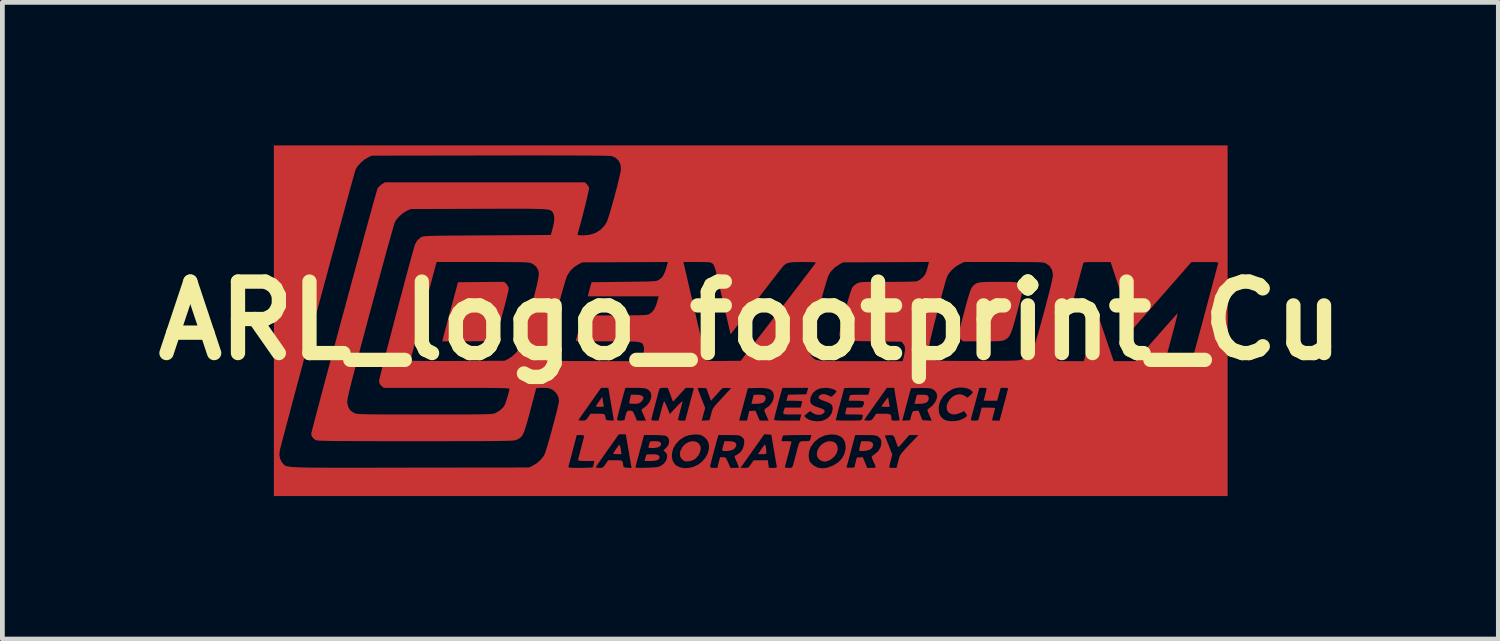
<source format=kicad_pcb>
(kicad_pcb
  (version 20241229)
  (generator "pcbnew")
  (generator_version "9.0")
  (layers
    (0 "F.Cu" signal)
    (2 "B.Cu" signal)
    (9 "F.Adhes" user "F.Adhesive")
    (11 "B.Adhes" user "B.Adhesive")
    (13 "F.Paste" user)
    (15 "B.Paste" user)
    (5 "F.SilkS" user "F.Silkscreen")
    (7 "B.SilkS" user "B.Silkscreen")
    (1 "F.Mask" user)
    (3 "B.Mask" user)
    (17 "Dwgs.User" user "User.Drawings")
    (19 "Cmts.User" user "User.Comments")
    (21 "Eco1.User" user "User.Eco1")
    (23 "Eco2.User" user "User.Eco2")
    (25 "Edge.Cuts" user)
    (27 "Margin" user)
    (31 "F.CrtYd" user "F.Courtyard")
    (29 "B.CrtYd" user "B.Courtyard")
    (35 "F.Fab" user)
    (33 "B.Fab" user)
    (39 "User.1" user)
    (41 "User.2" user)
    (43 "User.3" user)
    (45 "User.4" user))
  (footprint "ARL_logo_footprint_Cu"
    (layer "F.Cu")
    (at 12.693 3.679)
    (property "Reference" "ARL_logo_footprint_Cu" (at 0 0 0) (layer "F.SilkS") (effects (font (size 1.5 1.5) (thickness 0.3))))
    (attr board_only exclude_from_pos_files exclude_from_bom)
    (fp_poly (pts (xy -1.991 2.804) (xy -1.936 2.817) (xy -1.908 2.842) (xy -1.903 2.863) (xy -1.916 2.9) (xy -1.956 2.926) (xy -2.023 2.94) (xy -2.098 2.943) (xy -2.221 2.943) (xy -2.202 2.875) (xy -2.182 2.807) (xy -2.075 2.802)) (stroke (width 0) (type solid)) (fill yes) (layer "F.Cu"))
    (fp_poly (pts (xy 0.246 1.555) (xy 0.29 1.567) (xy 0.313 1.59) (xy 0.32 1.629) (xy 0.32 1.634) (xy 0.306 1.684) (xy 0.264 1.72) (xy 0.195 1.739) (xy 0.128 1.743) (xy 0.021 1.743) (xy 0.046 1.647) (xy 0.071 1.552) (xy 0.176 1.552)) (stroke (width 0) (type solid)) (fill yes) (layer "F.Cu"))
    (fp_poly (pts (xy 3.669 1.555) (xy 3.713 1.567) (xy 3.736 1.59) (xy 3.743 1.628) (xy 3.743 1.634) (xy 3.729 1.684) (xy 3.687 1.72) (xy 3.618 1.739) (xy 3.55 1.743) (xy 3.442 1.743) (xy 3.468 1.647) (xy 3.494 1.552) (xy 3.599 1.552)) (stroke (width 0) (type solid)) (fill yes) (layer "F.Cu"))
    (fp_poly (pts (xy -2.741 2.609) (xy -2.73 2.637) (xy -2.72 2.693) (xy -2.714 2.731) (xy -2.703 2.799) (xy -2.791 2.799) (xy -2.839 2.798) (xy -2.871 2.794) (xy -2.879 2.79) (xy -2.871 2.774) (xy -2.849 2.738) (xy -2.817 2.69) (xy -2.812 2.683) (xy -2.778 2.634) (xy -2.756 2.609)) (stroke (width 0) (type solid)) (fill yes) (layer "F.Cu"))
    (fp_poly (pts (xy 0.313 2.609) (xy 0.323 2.641) (xy 0.331 2.688) (xy 0.335 2.742) (xy 0.336 2.755) (xy 0.334 2.78) (xy 0.323 2.793) (xy 0.296 2.798) (xy 0.247 2.799) (xy 0.159 2.799) (xy 0.223 2.704) (xy 0.257 2.656) (xy 0.285 2.619) (xy 0.301 2.601) (xy 0.302 2.6)) (stroke (width 0) (type solid)) (fill yes) (layer "F.Cu"))
    (fp_poly (pts (xy 2.895 1.632) (xy 2.902 1.675) (xy 2.908 1.715) (xy 2.922 1.807) (xy 2.837 1.807) (xy 2.789 1.806) (xy 2.758 1.802) (xy 2.751 1.799) (xy 2.759 1.781) (xy 2.781 1.748) (xy 2.809 1.707) (xy 2.84 1.666) (xy 2.867 1.632) (xy 2.886 1.612) (xy 2.89 1.611)) (stroke (width 0) (type solid)) (fill yes) (layer "F.Cu"))
    (fp_poly (pts (xy -3.095 1.673) (xy -3.087 1.725) (xy -3.079 1.767) (xy -3.077 1.779) (xy -3.076 1.795) (xy -3.091 1.804) (xy -3.127 1.807) (xy -3.158 1.807) (xy -3.209 1.806) (xy -3.233 1.802) (xy -3.238 1.791) (xy -3.233 1.779) (xy -3.215 1.751) (xy -3.186 1.709) (xy -3.162 1.673) (xy -3.106 1.595)) (stroke (width 0) (type solid)) (fill yes) (layer "F.Cu"))
    (fp_poly (pts (xy 2.495 2.531) (xy 2.543 2.545) (xy 2.569 2.571) (xy 2.575 2.605) (xy 2.561 2.659) (xy 2.519 2.699) (xy 2.449 2.723) (xy 2.396 2.731) (xy 2.342 2.733) (xy 2.302 2.732) (xy 2.285 2.728) (xy 2.284 2.708) (xy 2.29 2.667) (xy 2.301 2.622) (xy 2.326 2.527) (xy 2.42 2.527)) (stroke (width 0) (type solid)) (fill yes) (layer "F.Cu"))
    (fp_poly (pts (xy -0.369 2.534) (xy -0.318 2.555) (xy -0.295 2.59) (xy -0.299 2.632) (xy -0.328 2.678) (xy -0.369 2.707) (xy -0.413 2.723) (xy -0.466 2.732) (xy -0.518 2.735) (xy -0.562 2.732) (xy -0.588 2.722) (xy -0.592 2.714) (xy -0.587 2.688) (xy -0.576 2.643) (xy -0.567 2.61) (xy -0.543 2.527) (xy -0.449 2.527)) (stroke (width 0) (type solid)) (fill yes) (layer "F.Cu"))
    (fp_poly (pts (xy -2.319 1.558) (xy -2.267 1.578) (xy -2.244 1.608) (xy -2.249 1.648) (xy -2.285 1.696) (xy -2.297 1.707) (xy -2.327 1.728) (xy -2.363 1.739) (xy -2.417 1.743) (xy -2.44 1.743) (xy -2.493 1.741) (xy -2.53 1.736) (xy -2.543 1.729) (xy -2.54 1.706) (xy -2.531 1.663) (xy -2.524 1.633) (xy -2.506 1.552) (xy -2.398 1.552)) (stroke (width 0) (type solid)) (fill yes) (layer "F.Cu"))
    (fp_poly (pts (xy -1.936 2.532) (xy -1.892 2.548) (xy -1.873 2.576) (xy -1.874 2.602) (xy -1.896 2.635) (xy -1.946 2.658) (xy -2.019 2.67) (xy -2.052 2.671) (xy -2.105 2.67) (xy -2.131 2.665) (xy -2.139 2.654) (xy -2.137 2.643) (xy -2.127 2.606) (xy -2.118 2.571) (xy -2.111 2.547) (xy -2.097 2.534) (xy -2.068 2.528) (xy -2.017 2.527) (xy -2.008 2.527)) (stroke (width 0) (type solid)) (fill yes) (layer "F.Cu"))
    (fp_poly (pts (xy -1.131 2.541) (xy -1.079 2.579) (xy -1.047 2.635) (xy -1.04 2.681) (xy -1.053 2.748) (xy -1.087 2.819) (xy -1.136 2.88) (xy -1.172 2.909) (xy -1.231 2.936) (xy -1.297 2.95) (xy -1.356 2.952) (xy -1.384 2.945) (xy -1.44 2.905) (xy -1.473 2.847) (xy -1.479 2.778) (xy -1.47 2.739) (xy -1.427 2.649) (xy -1.364 2.582) (xy -1.286 2.541) (xy -1.199 2.527)) (stroke (width 0) (type solid)) (fill yes) (layer "F.Cu"))
    (fp_poly (pts (xy 1.743 2.539) (xy 1.792 2.571) (xy 1.822 2.618) (xy 1.833 2.675) (xy 1.825 2.738) (xy 1.798 2.802) (xy 1.752 2.861) (xy 1.689 2.911) (xy 1.655 2.929) (xy 1.593 2.952) (xy 1.543 2.956) (xy 1.491 2.94) (xy 1.477 2.933) (xy 1.426 2.894) (xy 1.399 2.841) (xy 1.394 2.781) (xy 1.409 2.718) (xy 1.441 2.657) (xy 1.489 2.602) (xy 1.548 2.56) (xy 1.618 2.533) (xy 1.673 2.527)) (stroke (width 0) (type solid)) (fill yes) (layer "F.Cu"))
    (fp_poly (pts (xy -5.117 -0.769) (xy -5.079 -0.714) (xy -5.07 -0.674) (xy -5.074 -0.645) (xy -5.086 -0.59) (xy -5.104 -0.515) (xy -5.126 -0.423) (xy -5.153 -0.32) (xy -5.173 -0.245) (xy -5.202 -0.135) (xy -5.23 -0.032) (xy -5.255 0.059) (xy -5.274 0.133) (xy -5.288 0.185) (xy -5.294 0.204) (xy -5.325 0.276) (xy -5.375 0.342) (xy -5.435 0.394) (xy -5.466 0.41) (xy -5.489 0.417) (xy -5.528 0.422) (xy -5.584 0.426) (xy -5.661 0.429) (xy -5.761 0.431) (xy -5.889 0.432) (xy -5.991 0.432) (xy -6.465 0.432) (xy -6.454 0.388) (xy -6.448 0.363) (xy -6.434 0.31) (xy -6.414 0.235) (xy -6.389 0.139) (xy -6.359 0.028) (xy -6.326 -0.095) (xy -6.29 -0.227) (xy -6.289 -0.232) (xy -6.134 -0.808) (xy -5.649 -0.812) (xy -5.164 -0.816)) (stroke (width 0) (type solid)) (fill yes) (layer "F.Cu"))
    (fp_poly (pts (xy 5.464 -0.815) (xy 5.554 -0.81) (xy 5.622 -0.798) (xy 5.669 -0.776) (xy 5.698 -0.741) (xy 5.709 -0.69) (xy 5.705 -0.621) (xy 5.688 -0.53) (xy 5.66 -0.415) (xy 5.622 -0.273) (xy 5.605 -0.21) (xy 5.565 -0.062) (xy 5.532 0.057) (xy 5.503 0.152) (xy 5.478 0.226) (xy 5.454 0.282) (xy 5.431 0.324) (xy 5.406 0.355) (xy 5.379 0.378) (xy 5.348 0.397) (xy 5.343 0.4) (xy 5.321 0.409) (xy 5.298 0.417) (xy 5.268 0.423) (xy 5.228 0.427) (xy 5.172 0.429) (xy 5.098 0.431) (xy 5.001 0.432) (xy 4.875 0.432) (xy 4.87 0.432) (xy 4.46 0.432) (xy 4.413 0.385) (xy 4.383 0.346) (xy 4.367 0.309) (xy 4.366 0.301) (xy 4.37 0.277) (xy 4.382 0.226) (xy 4.399 0.152) (xy 4.422 0.06) (xy 4.449 -0.046) (xy 4.48 -0.162) (xy 4.49 -0.199) (xy 4.526 -0.335) (xy 4.556 -0.443) (xy 4.581 -0.528) (xy 4.601 -0.592) (xy 4.618 -0.639) (xy 4.633 -0.674) (xy 4.648 -0.699) (xy 4.662 -0.718) (xy 4.688 -0.746) (xy 4.715 -0.769) (xy 4.745 -0.786) (xy 4.784 -0.798) (xy 4.835 -0.806) (xy 4.903 -0.812) (xy 4.991 -0.814) (xy 5.104 -0.816) (xy 5.207 -0.816) (xy 5.348 -0.816)) (stroke (width 0) (type solid)) (fill yes) (layer "F.Cu"))
    (pad "1" smd custom (at 8.382 -2.54) (size 1.524 1.524) (layers "F.Cu" "F.Mask" "F.Paste") (options (anchor rect)) (primitives (gr_poly (pts (xy 1.631 2.54) (xy 1.631 6.219) (xy -8.374 6.219) (xy -18.379 6.219) (xy -18.379 5.347) (xy -18.264 5.347) (xy -18.249 5.437) (xy -18.208 5.513) (xy -18.198 5.525) (xy -18.186 5.538) (xy -18.176 5.55) (xy -18.166 5.561) (xy -18.155 5.571) (xy -18.141 5.58) (xy -18.122 5.587) (xy -18.097 5.594) (xy -18.065 5.6) (xy -18.024 5.605) (xy -17.972 5.61) (xy -17.908 5.613) (xy -17.831 5.616) (xy -17.739 5.619) (xy -17.631 5.621) (xy -17.505 5.622) (xy -17.359 5.623) (xy -17.192 5.624) (xy -17.003 5.624) (xy -16.79 5.624) (xy -16.552 5.624) (xy -16.287 5.624) (xy -15.993 5.623) (xy -15.67 5.623) (xy -15.524 5.622) (xy -13.029 5.619) (xy -13.008 5.61) (xy -12.2 5.61) (xy -12.192 5.617) (xy -12.172 5.622) (xy -12.135 5.625) (xy -12.076 5.627) (xy -11.991 5.627) (xy -11.951 5.627) (xy -11.864 5.626) (xy -11.788 5.624) (xy -11.73 5.621) (xy -11.695 5.618) (xy -11.687 5.615) (xy -11.687 5.614) (xy -11.626 5.614) (xy -11.615 5.621) (xy -11.581 5.626) (xy -11.553 5.627) (xy -11.508 5.626) (xy -11.479 5.617) (xy -11.454 5.595) (xy -11.424 5.553) (xy -11.42 5.547) (xy -11.365 5.467) (xy -11.217 5.467) (xy -11.146 5.467) (xy -11.1 5.471) (xy -11.074 5.482) (xy -11.06 5.505) (xy -11.054 5.544) (xy -11.05 5.579) (xy -11.044 5.602) (xy -11.028 5.615) (xy -10.994 5.621) (xy -10.959 5.624) (xy -10.873 5.629) (xy -10.877 5.609) (xy -10.794 5.609) (xy -10.792 5.617) (xy -10.777 5.623) (xy -10.743 5.626) (xy -10.688 5.627) (xy -10.606 5.625) (xy -10.564 5.624) (xy -10.467 5.621) (xy -10.396 5.617) (xy -10.345 5.611) (xy -10.307 5.603) (xy -10.275 5.591) (xy -10.26 5.583) (xy -10.189 5.532) (xy -10.145 5.464) (xy -10.13 5.402) (xy -10.13 5.4) (xy -10.029 5.4) (xy -10.01 5.48) (xy -9.969 5.547) (xy -9.935 5.578) (xy -9.85 5.619) (xy -9.75 5.634) (xy -9.637 5.622) (xy -9.589 5.609) (xy -9.23 5.609) (xy -9.215 5.62) (xy -9.176 5.626) (xy -9.153 5.627) (xy -9.076 5.627) (xy -9.047 5.515) (xy -9.018 5.403) (xy -8.958 5.403) (xy -8.928 5.404) (xy -8.906 5.412) (xy -8.888 5.433) (xy -8.868 5.473) (xy -8.849 5.515) (xy -8.8 5.627) (xy -8.711 5.627) (xy -8.589 5.627) (xy -8.505 5.627) (xy -8.458 5.626) (xy -8.428 5.618) (xy -8.404 5.597) (xy -8.374 5.557) (xy -8.368 5.547) (xy -8.313 5.467) (xy -8.164 5.467) (xy -8.015 5.467) (xy -8.005 5.547) (xy -7.994 5.627) (xy -7.908 5.627) (xy -7.859 5.626) (xy -7.835 5.621) (xy -7.828 5.608) (xy -7.831 5.583) (xy -7.836 5.554) (xy -7.846 5.499) (xy -7.859 5.424) (xy -7.874 5.335) (xy -7.891 5.237) (xy -7.891 5.235) (xy -7.92 5.067) (xy -7.729 5.067) (xy -7.624 5.067) (xy -7.57 5.069) (xy -7.532 5.072) (xy -7.518 5.077) (xy -7.522 5.094) (xy -7.533 5.136) (xy -7.548 5.196) (xy -7.567 5.268) (xy -7.588 5.347) (xy -7.609 5.425) (xy -7.628 5.497) (xy -7.644 5.556) (xy -7.655 5.595) (xy -7.656 5.599) (xy -7.657 5.616) (xy -7.641 5.624) (xy -7.602 5.627) (xy -7.585 5.627) (xy -7.537 5.626) (xy -7.511 5.618) (xy -7.496 5.598) (xy -7.488 5.575) (xy -7.478 5.539) (xy -7.462 5.481) (xy -7.443 5.408) (xy -7.427 5.349) (xy -7.158 5.349) (xy -7.155 5.426) (xy -7.137 5.489) (xy -7.125 5.509) (xy -7.055 5.579) (xy -6.97 5.622) (xy -6.872 5.636) (xy -6.764 5.622) (xy -6.727 5.608) (xy -6.363 5.608) (xy -6.36 5.62) (xy -6.335 5.625) (xy -6.285 5.624) (xy -6.2 5.619) (xy -6.175 5.515) (xy -6.149 5.411) (xy -6.086 5.407) (xy -6.023 5.402) (xy -5.977 5.514) (xy -5.931 5.627) (xy -5.837 5.627) (xy -5.792 5.627) (xy -5.765 5.624) (xy -5.755 5.611) (xy -5.76 5.584) (xy -5.78 5.537) (xy -5.805 5.483) (xy -5.824 5.438) (xy -5.836 5.404) (xy -5.838 5.395) (xy -5.825 5.378) (xy -5.794 5.353) (xy -5.773 5.339) (xy -5.7 5.277) (xy -5.653 5.197) (xy -5.638 5.143) (xy -5.634 5.069) (xy -5.653 5.013) (xy -5.698 4.972) (xy -5.699 4.971) (xy -5.725 4.958) (xy -5.755 4.949) (xy -5.767 4.947) (xy -5.562 4.947) (xy -5.483 5.147) (xy -5.405 5.347) (xy -5.438 5.478) (xy -5.453 5.539) (xy -5.464 5.587) (xy -5.47 5.615) (xy -5.471 5.618) (xy -5.457 5.623) (xy -5.42 5.627) (xy -5.393 5.627) (xy -5.316 5.627) (xy -5.279 5.487) (xy -5.268 5.445) (xy -5.259 5.412) (xy -5.248 5.382) (xy -5.233 5.354) (xy -5.211 5.322) (xy -5.18 5.284) (xy -5.137 5.236) (xy -5.08 5.174) (xy -5.005 5.096) (xy -4.936 5.023) (xy -4.856 4.939) (xy -4.953 4.939) (xy -5.049 4.939) (xy -5.16 5.067) (xy -5.206 5.12) (xy -5.245 5.162) (xy -5.271 5.188) (xy -5.28 5.195) (xy -5.289 5.181) (xy -5.304 5.144) (xy -5.322 5.092) (xy -5.324 5.087) (xy -5.347 5.019) (xy -5.365 4.975) (xy -5.385 4.951) (xy -5.411 4.942) (xy -5.449 4.941) (xy -5.474 4.942) (xy -5.562 4.947) (xy -5.767 4.947) (xy -5.796 4.943) (xy -5.854 4.94) (xy -5.936 4.939) (xy -5.967 4.939) (xy -6.183 4.939) (xy -6.269 5.263) (xy -6.295 5.361) (xy -6.319 5.449) (xy -6.339 5.522) (xy -6.354 5.576) (xy -6.362 5.605) (xy -6.363 5.608) (xy -6.727 5.608) (xy -6.647 5.579) (xy -6.643 5.577) (xy -6.54 5.512) (xy -6.461 5.429) (xy -6.408 5.331) (xy -6.384 5.221) (xy -6.383 5.186) (xy -6.395 5.092) (xy -6.433 5.018) (xy -6.494 4.965) (xy -6.577 4.934) (xy -6.682 4.925) (xy -6.699 4.926) (xy -6.823 4.948) (xy -6.935 4.999) (xy -7.031 5.075) (xy -7.106 5.173) (xy -7.12 5.198) (xy -7.146 5.27) (xy -7.158 5.349) (xy -7.427 5.349) (xy -7.423 5.331) (xy -7.398 5.235) (xy -7.379 5.166) (xy -7.363 5.119) (xy -7.346 5.089) (xy -7.327 5.074) (xy -7.301 5.068) (xy -7.266 5.067) (xy -7.24 5.067) (xy -7.182 5.066) (xy -7.148 5.06) (xy -7.132 5.048) (xy -7.129 5.039) (xy -7.118 5.001) (xy -7.111 4.975) (xy -7.1 4.939) (xy -7.396 4.939) (xy -7.49 4.94) (xy -7.573 4.942) (xy -7.638 4.944) (xy -7.682 4.948) (xy -7.699 4.951) (xy -7.707 4.974) (xy -7.717 5.013) (xy -7.718 5.015) (xy -7.729 5.067) (xy -7.92 5.067) (xy -7.943 4.931) (xy -8.016 4.926) (xy -8.089 4.922) (xy -8.339 5.274) (xy -8.589 5.627) (xy -8.711 5.627) (xy -8.662 5.626) (xy -8.63 5.622) (xy -8.622 5.618) (xy -8.628 5.6) (xy -8.644 5.56) (xy -8.666 5.507) (xy -8.671 5.496) (xy -8.694 5.443) (xy -8.71 5.402) (xy -8.715 5.381) (xy -8.715 5.38) (xy -8.699 5.37) (xy -8.665 5.353) (xy -8.659 5.349) (xy -8.587 5.296) (xy -8.539 5.221) (xy -8.514 5.13) (xy -8.513 5.116) (xy -8.511 5.063) (xy -8.515 5.03) (xy -8.531 5.006) (xy -8.557 4.982) (xy -8.579 4.965) (xy -8.6 4.953) (xy -8.626 4.946) (xy -8.664 4.942) (xy -8.72 4.94) (xy -8.8 4.939) (xy -8.831 4.939) (xy -9.053 4.939) (xy -9.077 5.023) (xy -9.099 5.104) (xy -9.123 5.194) (xy -9.148 5.286) (xy -9.172 5.377) (xy -9.194 5.46) (xy -9.211 5.529) (xy -9.224 5.58) (xy -9.229 5.607) (xy -9.23 5.609) (xy -9.589 5.609) (xy -9.582 5.607) (xy -9.483 5.563) (xy -9.397 5.497) (xy -9.326 5.415) (xy -9.276 5.322) (xy -9.251 5.225) (xy -9.25 5.152) (xy -9.271 5.072) (xy -9.317 5.008) (xy -9.383 4.958) (xy -9.421 4.939) (xy -9.46 4.929) (xy -9.509 4.926) (xy -9.566 4.928) (xy -9.672 4.942) (xy -9.762 4.974) (xy -9.847 5.029) (xy -9.889 5.064) (xy -9.955 5.139) (xy -10.001 5.224) (xy -10.025 5.313) (xy -10.029 5.4) (xy -10.13 5.4) (xy -10.129 5.355) (xy -10.145 5.32) (xy -10.164 5.299) (xy -10.206 5.257) (xy -10.159 5.218) (xy -10.113 5.165) (xy -10.089 5.105) (xy -10.087 5.046) (xy -10.106 4.995) (xy -10.148 4.959) (xy -10.151 4.957) (xy -10.184 4.95) (xy -10.242 4.944) (xy -10.32 4.94) (xy -10.402 4.939) (xy -10.613 4.939) (xy -10.7 5.263) (xy -10.726 5.361) (xy -10.75 5.449) (xy -10.77 5.523) (xy -10.784 5.577) (xy -10.793 5.606) (xy -10.794 5.609) (xy -10.877 5.609) (xy -10.882 5.584) (xy -10.887 5.554) (xy -10.897 5.499) (xy -10.91 5.424) (xy -10.925 5.334) (xy -10.942 5.236) (xy -10.943 5.231) (xy -10.995 4.923) (xy -11.069 4.923) (xy -11.142 4.923) (xy -11.382 5.262) (xy -11.446 5.354) (xy -11.505 5.437) (xy -11.555 5.508) (xy -11.593 5.564) (xy -11.618 5.6) (xy -11.626 5.614) (xy -11.687 5.614) (xy -11.68 5.592) (xy -11.67 5.552) (xy -11.669 5.543) (xy -11.657 5.483) (xy -11.827 5.483) (xy -11.908 5.482) (xy -11.961 5.478) (xy -11.989 5.472) (xy -11.997 5.463) (xy -11.993 5.441) (xy -11.982 5.395) (xy -11.965 5.329) (xy -11.944 5.25) (xy -11.933 5.206) (xy -11.911 5.123) (xy -11.892 5.051) (xy -11.878 4.995) (xy -11.87 4.961) (xy -11.869 4.954) (xy -11.883 4.946) (xy -11.92 4.94) (xy -11.946 4.939) (xy -12.024 4.939) (xy -12.107 5.255) (xy -12.133 5.352) (xy -12.156 5.44) (xy -12.176 5.514) (xy -12.19 5.568) (xy -12.198 5.597) (xy -12.199 5.599) (xy -12.2 5.61) (xy -13.008 5.61) (xy -12.955 5.585) (xy -12.866 5.532) (xy -12.784 5.46) (xy -12.719 5.38) (xy -12.709 5.364) (xy -12.695 5.333) (xy -12.675 5.275) (xy -12.65 5.195) (xy -12.622 5.098) (xy -12.59 4.989) (xy -12.557 4.872) (xy -12.525 4.751) (xy -12.493 4.632) (xy -12.492 4.627) (xy -11.987 4.627) (xy -11.967 4.634) (xy -11.919 4.635) (xy -11.919 4.635) (xy -11.87 4.634) (xy -11.839 4.624) (xy -11.813 4.601) (xy -11.786 4.563) (xy -11.735 4.491) (xy -11.586 4.491) (xy -11.516 4.492) (xy -11.47 4.495) (xy -11.444 4.504) (xy -11.43 4.525) (xy -11.423 4.561) (xy -11.418 4.595) (xy -11.409 4.615) (xy -11.387 4.626) (xy -11.343 4.631) (xy -11.327 4.632) (xy -11.278 4.634) (xy -11.253 4.631) (xy -11.247 4.619) (xy -11.247 4.616) (xy -11.181 4.616) (xy -11.166 4.629) (xy -11.122 4.635) (xy -11.101 4.635) (xy -11.052 4.632) (xy -11.025 4.623) (xy -11.021 4.618) (xy -11.017 4.594) (xy -11.006 4.55) (xy -10.996 4.514) (xy -10.981 4.465) (xy -10.967 4.439) (xy -10.946 4.429) (xy -10.912 4.427) (xy -10.91 4.427) (xy -10.877 4.429) (xy -10.856 4.437) (xy -10.838 4.459) (xy -10.818 4.5) (xy -10.805 4.531) (xy -10.76 4.635) (xy -10.667 4.635) (xy -10.573 4.635) (xy -10.579 4.62) (xy -10.461 4.62) (xy -10.447 4.629) (xy -10.41 4.634) (xy -10.385 4.635) (xy -10.309 4.635) (xy -10.254 4.428) (xy -10.233 4.353) (xy -10.214 4.291) (xy -10.199 4.248) (xy -10.19 4.228) (xy -10.188 4.228) (xy -10.178 4.245) (xy -10.159 4.285) (xy -10.135 4.34) (xy -10.124 4.366) (xy -10.072 4.497) (xy -9.939 4.354) (xy -9.889 4.301) (xy -9.847 4.261) (xy -9.818 4.236) (xy -9.806 4.231) (xy -9.806 4.231) (xy -9.81 4.254) (xy -9.821 4.3) (xy -9.836 4.363) (xy -9.854 4.427) (xy -9.873 4.499) (xy -9.888 4.56) (xy -9.898 4.602) (xy -9.902 4.62) (xy -9.887 4.629) (xy -9.851 4.634) (xy -9.825 4.635) (xy -9.749 4.635) (xy -9.663 4.311) (xy -9.637 4.214) (xy -9.613 4.126) (xy -9.593 4.053) (xy -9.579 3.999) (xy -9.571 3.97) (xy -9.57 3.968) (xy -9.573 3.96) (xy -9.486 3.96) (xy -9.48 3.979) (xy -9.465 4.023) (xy -9.442 4.083) (xy -9.414 4.156) (xy -9.408 4.172) (xy -9.33 4.37) (xy -9.367 4.503) (xy -9.404 4.637) (xy -9.376 4.635) (xy -8.617 4.635) (xy -8.534 4.635) (xy -8.452 4.635) (xy -8.429 4.535) (xy -8.406 4.435) (xy -8.341 4.431) (xy -8.276 4.426) (xy -8.231 4.531) (xy -8.186 4.635) (xy -8.092 4.635) (xy -7.999 4.635) (xy -8.007 4.616) (xy -7.886 4.616) (xy -7.876 4.624) (xy -7.844 4.629) (xy -7.788 4.633) (xy -7.705 4.635) (xy -7.616 4.635) (xy -7.346 4.635) (xy -7.33 4.571) (xy -7.322 4.538) (xy -7.254 4.538) (xy -7.221 4.572) (xy -7.16 4.613) (xy -7.079 4.639) (xy -6.988 4.65) (xy -6.894 4.643) (xy -6.869 4.637) (xy -5.196 4.637) (xy -5.113 4.632) (xy -5.031 4.627) (xy -5.006 4.531) (xy -4.991 4.479) (xy -4.978 4.45) (xy -4.959 4.436) (xy -4.929 4.432) (xy -4.917 4.431) (xy -4.853 4.426) (xy -4.812 4.527) (xy -4.771 4.627) (xy -4.674 4.632) (xy -4.576 4.637) (xy -4.627 4.522) (xy -4.652 4.464) (xy -4.665 4.428) (xy -4.667 4.407) (xy -4.658 4.395) (xy -4.649 4.389) (xy -4.646 4.387) (xy -4.431 4.387) (xy -4.421 4.478) (xy -4.39 4.548) (xy -4.336 4.602) (xy -4.308 4.619) (xy -4.244 4.64) (xy -4.163 4.648) (xy -4.075 4.644) (xy -3.993 4.627) (xy -3.985 4.624) (xy -3.756 4.624) (xy -3.74 4.632) (xy -3.701 4.635) (xy -3.682 4.635) (xy -3.634 4.634) (xy -3.608 4.627) (xy -3.594 4.607) (xy -3.585 4.575) (xy -3.571 4.521) (xy -3.554 4.459) (xy -3.549 4.439) (xy -3.529 4.363) (xy -3.388 4.363) (xy -3.326 4.365) (xy -3.277 4.368) (xy -3.251 4.373) (xy -3.248 4.376) (xy -3.252 4.396) (xy -3.262 4.439) (xy -3.277 4.495) (xy -3.28 4.503) (xy -3.295 4.56) (xy -3.306 4.604) (xy -3.311 4.626) (xy -3.312 4.627) (xy -3.297 4.632) (xy -3.26 4.635) (xy -3.232 4.635) (xy -3.153 4.635) (xy -3.135 4.567) (xy -3.125 4.529) (xy -3.108 4.467) (xy -3.087 4.387) (xy -3.063 4.297) (xy -3.046 4.236) (xy -3.023 4.149) (xy -3.003 4.072) (xy -2.988 4.011) (xy -2.978 3.972) (xy -2.976 3.96) (xy -2.99 3.953) (xy -3.027 3.948) (xy -3.053 3.948) (xy -3.131 3.948) (xy -3.168 4.084) (xy -3.204 4.219) (xy -3.346 4.219) (xy -3.409 4.219) (xy -3.457 4.218) (xy -3.484 4.216) (xy -3.487 4.215) (xy -3.483 4.199) (xy -3.473 4.16) (xy -3.459 4.105) (xy -3.456 4.092) (xy -3.441 4.033) (xy -3.429 3.987) (xy -3.424 3.961) (xy -3.424 3.96) (xy -3.438 3.953) (xy -3.475 3.948) (xy -3.501 3.948) (xy -3.578 3.948) (xy -3.663 4.263) (xy -3.689 4.361) (xy -3.713 4.449) (xy -3.733 4.522) (xy -3.747 4.576) (xy -3.755 4.605) (xy -3.756 4.607) (xy -3.756 4.624) (xy -3.985 4.624) (xy -3.943 4.607) (xy -3.884 4.575) (xy -3.849 4.552) (xy -3.837 4.532) (xy -3.842 4.511) (xy -3.862 4.484) (xy -3.9 4.436) (xy -3.971 4.472) (xy -4.055 4.501) (xy -4.129 4.506) (xy -4.191 4.488) (xy -4.236 4.451) (xy -4.262 4.397) (xy -4.263 4.33) (xy -4.243 4.265) (xy -4.193 4.183) (xy -4.129 4.125) (xy -4.057 4.091) (xy -3.98 4.083) (xy -3.905 4.104) (xy -3.871 4.124) (xy -3.828 4.155) (xy -3.766 4.101) (xy -3.73 4.068) (xy -3.716 4.047) (xy -3.72 4.029) (xy -3.727 4.021) (xy -3.779 3.98) (xy -3.853 3.953) (xy -3.939 3.941) (xy -4.029 3.945) (xy -4.115 3.965) (xy -4.146 3.978) (xy -4.255 4.045) (xy -4.339 4.127) (xy -4.398 4.224) (xy -4.428 4.331) (xy -4.431 4.387) (xy -4.646 4.387) (xy -4.568 4.327) (xy -4.507 4.253) (xy -4.472 4.172) (xy -4.464 4.114) (xy -4.478 4.053) (xy -4.518 4.001) (xy -4.578 3.966) (xy -4.588 3.963) (xy -4.628 3.956) (xy -4.691 3.952) (xy -4.767 3.95) (xy -4.83 3.951) (xy -5.013 3.956) (xy -5.056 4.116) (xy -5.079 4.202) (xy -5.107 4.304) (xy -5.134 4.406) (xy -5.147 4.456) (xy -5.196 4.637) (xy -6.869 4.637) (xy -6.859 4.635) (xy -6.84 4.626) (xy -6.591 4.626) (xy -6.575 4.629) (xy -6.534 4.632) (xy -6.47 4.634) (xy -6.39 4.635) (xy -6.32 4.635) (xy -6.221 4.635) (xy -6.149 4.634) (xy -6.101 4.632) (xy -6.07 4.628) (xy -6.052 4.622) (xy -6.046 4.615) (xy -5.989 4.615) (xy -5.988 4.628) (xy -5.963 4.634) (xy -5.92 4.635) (xy -5.873 4.634) (xy -5.843 4.624) (xy -5.817 4.6) (xy -5.791 4.563) (xy -5.741 4.491) (xy -5.592 4.491) (xy -5.517 4.492) (xy -5.469 4.498) (xy -5.441 4.511) (xy -5.427 4.537) (xy -5.423 4.577) (xy -5.423 4.599) (xy -5.42 4.62) (xy -5.406 4.631) (xy -5.374 4.635) (xy -5.334 4.635) (xy -5.283 4.634) (xy -5.258 4.629) (xy -5.251 4.617) (xy -5.253 4.607) (xy -5.258 4.583) (xy -5.267 4.533) (xy -5.279 4.462) (xy -5.294 4.375) (xy -5.311 4.278) (xy -5.313 4.263) (xy -5.366 3.948) (xy -5.442 3.948) (xy -5.518 3.948) (xy -5.747 4.271) (xy -5.811 4.362) (xy -5.869 4.444) (xy -5.919 4.514) (xy -5.957 4.569) (xy -5.981 4.604) (xy -5.989 4.615) (xy -6.046 4.615) (xy -6.043 4.613) (xy -6.039 4.6) (xy -6.039 4.599) (xy -6.027 4.561) (xy -6.022 4.534) (xy -6.028 4.519) (xy -6.05 4.51) (xy -6.092 4.508) (xy -6.16 4.507) (xy -6.207 4.507) (xy -6.288 4.507) (xy -6.343 4.505) (xy -6.375 4.502) (xy -6.391 4.496) (xy -6.394 4.486) (xy -6.392 4.479) (xy -6.382 4.443) (xy -6.374 4.407) (xy -6.363 4.363) (xy -6.197 4.363) (xy -6.122 4.363) (xy -6.073 4.361) (xy -6.044 4.357) (xy -6.028 4.347) (xy -6.018 4.332) (xy -6.014 4.322) (xy -5.999 4.278) (xy -5.997 4.249) (xy -6.011 4.232) (xy -6.045 4.223) (xy -6.105 4.22) (xy -6.16 4.219) (xy -6.321 4.219) (xy -6.31 4.167) (xy -6.3 4.128) (xy -6.292 4.104) (xy -6.292 4.104) (xy -6.274 4.099) (xy -6.231 4.095) (xy -6.169 4.092) (xy -6.096 4.092) (xy -5.908 4.092) (xy -5.889 4.03) (xy -5.878 3.988) (xy -5.871 3.961) (xy -5.871 3.958) (xy -5.886 3.954) (xy -5.928 3.951) (xy -5.991 3.949) (xy -6.071 3.948) (xy -6.143 3.948) (xy -6.232 3.948) (xy -6.309 3.949) (xy -6.368 3.951) (xy -6.405 3.953) (xy -6.415 3.955) (xy -6.419 3.971) (xy -6.43 4.014) (xy -6.447 4.079) (xy -6.468 4.161) (xy -6.493 4.255) (xy -6.503 4.289) (xy -6.529 4.387) (xy -6.552 4.474) (xy -6.57 4.545) (xy -6.584 4.597) (xy -6.59 4.624) (xy -6.591 4.626) (xy -6.84 4.626) (xy -6.777 4.597) (xy -6.713 4.539) (xy -6.67 4.466) (xy -6.655 4.384) (xy -6.655 4.383) (xy -6.661 4.335) (xy -6.682 4.298) (xy -6.724 4.267) (xy -6.791 4.239) (xy -6.826 4.227) (xy -6.9 4.199) (xy -6.942 4.172) (xy -6.955 4.145) (xy -6.94 4.117) (xy -6.929 4.107) (xy -6.875 4.08) (xy -6.81 4.082) (xy -6.743 4.107) (xy -6.68 4.139) (xy -6.627 4.088) (xy -6.596 4.055) (xy -6.577 4.031) (xy -6.575 4.025) (xy -6.589 4.004) (xy -6.628 3.983) (xy -6.683 3.965) (xy -6.745 3.952) (xy -6.806 3.948) (xy -6.915 3.959) (xy -7.002 3.995) (xy -7.068 4.053) (xy -7.112 4.133) (xy -7.119 4.156) (xy -7.128 4.216) (xy -7.118 4.263) (xy -7.085 4.301) (xy -7.027 4.334) (xy -6.94 4.365) (xy -6.924 4.369) (xy -6.86 4.394) (xy -6.826 4.421) (xy -6.824 4.453) (xy -6.84 4.477) (xy -6.887 4.507) (xy -6.948 4.516) (xy -7.014 4.506) (xy -7.075 4.476) (xy -7.093 4.461) (xy -7.114 4.444) (xy -7.131 4.441) (xy -7.154 4.454) (xy -7.19 4.484) (xy -7.254 4.538) (xy -7.322 4.538) (xy -7.314 4.507) (xy -7.504 4.507) (xy -7.588 4.507) (xy -7.644 4.505) (xy -7.678 4.497) (xy -7.692 4.483) (xy -7.691 4.46) (xy -7.681 4.425) (xy -7.677 4.414) (xy -7.659 4.363) (xy -7.493 4.363) (xy -7.328 4.363) (xy -7.311 4.303) (xy -7.3 4.262) (xy -7.295 4.235) (xy -7.294 4.231) (xy -7.309 4.227) (xy -7.349 4.223) (xy -7.408 4.22) (xy -7.46 4.219) (xy -7.626 4.219) (xy -7.609 4.156) (xy -7.592 4.092) (xy -7.4 4.088) (xy -7.208 4.084) (xy -7.188 4.016) (xy -7.168 3.948) (xy -7.438 3.948) (xy -7.708 3.948) (xy -7.724 4) (xy -7.736 4.04) (xy -7.753 4.101) (xy -7.774 4.177) (xy -7.797 4.261) (xy -7.819 4.348) (xy -7.841 4.432) (xy -7.86 4.506) (xy -7.875 4.566) (xy -7.884 4.605) (xy -7.886 4.616) (xy -8.007 4.616) (xy -8.04 4.543) (xy -8.069 4.478) (xy -8.085 4.435) (xy -8.088 4.408) (xy -8.079 4.392) (xy -8.059 4.378) (xy -8.052 4.374) (xy -7.985 4.326) (xy -7.934 4.264) (xy -7.901 4.194) (xy -7.888 4.123) (xy -7.899 4.058) (xy -7.919 4.022) (xy -7.952 3.991) (xy -7.999 3.969) (xy -8.062 3.956) (xy -8.148 3.95) (xy -8.253 3.951) (xy -8.435 3.956) (xy -8.526 4.295) (xy -8.617 4.635) (xy -9.376 4.635) (xy -9.321 4.632) (xy -9.239 4.627) (xy -9.206 4.5) (xy -9.194 4.454) (xy -9.182 4.417) (xy -9.167 4.384) (xy -9.145 4.35) (xy -9.112 4.31) (xy -9.066 4.258) (xy -9.002 4.189) (xy -8.98 4.164) (xy -8.785 3.956) (xy -8.876 3.951) (xy -8.929 3.949) (xy -8.963 3.955) (xy -8.987 3.972) (xy -9.004 3.991) (xy -9.034 4.025) (xy -9.077 4.073) (xy -9.123 4.125) (xy -9.126 4.128) (xy -9.209 4.22) (xy -9.257 4.088) (xy -9.305 3.956) (xy -9.395 3.951) (xy -9.444 3.95) (xy -9.477 3.954) (xy -9.486 3.96) (xy -9.573 3.96) (xy -9.575 3.955) (xy -9.605 3.949) (xy -9.65 3.948) (xy -9.738 3.948) (xy -9.871 4.093) (xy -10.004 4.239) (xy -10.059 4.093) (xy -10.114 3.948) (xy -10.198 3.948) (xy -10.251 3.95) (xy -10.28 3.959) (xy -10.292 3.976) (xy -10.302 4.011) (xy -10.318 4.068) (xy -10.337 4.141) (xy -10.36 4.224) (xy -10.383 4.312) (xy -10.405 4.398) (xy -10.426 4.477) (xy -10.443 4.545) (xy -10.455 4.593) (xy -10.461 4.618) (xy -10.461 4.62) (xy -10.579 4.62) (xy -10.595 4.583) (xy -10.628 4.508) (xy -10.65 4.457) (xy -10.661 4.426) (xy -10.665 4.407) (xy -10.661 4.398) (xy -10.651 4.391) (xy -10.645 4.388) (xy -10.569 4.332) (xy -10.512 4.267) (xy -10.474 4.196) (xy -10.459 4.126) (xy -10.468 4.061) (xy -10.502 4.008) (xy -10.529 3.985) (xy -10.561 3.968) (xy -10.604 3.957) (xy -10.664 3.951) (xy -10.745 3.948) (xy -10.822 3.948) (xy -11.003 3.948) (xy -11.019 4) (xy -11.032 4.043) (xy -11.049 4.106) (xy -11.07 4.182) (xy -11.093 4.267) (xy -11.116 4.354) (xy -11.138 4.437) (xy -11.156 4.511) (xy -11.171 4.569) (xy -11.179 4.606) (xy -11.181 4.616) (xy -11.247 4.616) (xy -11.25 4.6) (xy -11.255 4.573) (xy -11.264 4.521) (xy -11.277 4.447) (xy -11.292 4.359) (xy -11.309 4.262) (xy -11.31 4.255) (xy -11.362 3.948) (xy -11.438 3.948) (xy -11.514 3.948) (xy -11.742 4.271) (xy -11.806 4.362) (xy -11.864 4.444) (xy -11.914 4.514) (xy -11.952 4.569) (xy -11.977 4.604) (xy -11.986 4.615) (xy -11.987 4.627) (xy -12.492 4.627) (xy -12.464 4.52) (xy -12.438 4.418) (xy -12.418 4.331) (xy -12.404 4.265) (xy -12.397 4.223) (xy -12.397 4.216) (xy -12.411 4.139) (xy -12.451 4.065) (xy -12.509 4.005) (xy -12.54 3.984) (xy -12.584 3.965) (xy -12.631 3.953) (xy -12.692 3.948) (xy -12.743 3.948) (xy -12.804 3.949) (xy -12.85 3.952) (xy -12.875 3.958) (xy -12.877 3.96) (xy -12.881 3.977) (xy -12.893 4.022) (xy -12.91 4.09) (xy -12.933 4.178) (xy -12.96 4.28) (xy -12.991 4.394) (xy -13.003 4.441) (xy -13.042 4.584) (xy -13.074 4.699) (xy -13.102 4.79) (xy -13.126 4.86) (xy -13.148 4.914) (xy -13.171 4.953) (xy -13.195 4.982) (xy -13.223 5.004) (xy -13.255 5.023) (xy -13.284 5.037) (xy -13.295 5.041) (xy -13.307 5.045) (xy -13.324 5.049) (xy -13.346 5.052) (xy -13.375 5.054) (xy -13.413 5.057) (xy -13.462 5.059) (xy -13.523 5.06) (xy -13.598 5.062) (xy -13.688 5.063) (xy -13.796 5.064) (xy -13.923 5.065) (xy -14.071 5.066) (xy -14.24 5.066) (xy -14.434 5.066) (xy -14.654 5.067) (xy -14.901 5.067) (xy -15.177 5.067) (xy -15.401 5.067) (xy -15.703 5.067) (xy -15.974 5.067) (xy -16.216 5.067) (xy -16.431 5.066) (xy -16.621 5.066) (xy -16.787 5.065) (xy -16.93 5.065) (xy -17.053 5.064) (xy -17.157 5.063) (xy -17.244 5.061) (xy -17.315 5.059) (xy -17.372 5.058) (xy -17.417 5.055) (xy -17.451 5.053) (xy -17.476 5.05) (xy -17.493 5.047) (xy -17.505 5.043) (xy -17.506 5.042) (xy -17.556 5.005) (xy -17.588 4.954) (xy -17.595 4.915) (xy -17.591 4.894) (xy -17.579 4.844) (xy -17.56 4.768) (xy -17.533 4.666) (xy -17.501 4.542) (xy -17.463 4.397) (xy -17.421 4.238) (xy -16.84 4.238) (xy -16.839 4.253) (xy -16.821 4.345) (xy -16.778 4.416) (xy -16.71 4.468) (xy -16.693 4.477) (xy -16.68 4.482) (xy -16.666 4.487) (xy -16.646 4.491) (xy -16.621 4.494) (xy -16.587 4.497) (xy -16.542 4.499) (xy -16.485 4.501) (xy -16.413 4.503) (xy -16.324 4.504) (xy -16.217 4.505) (xy -16.089 4.506) (xy -15.938 4.506) (xy -15.762 4.506) (xy -15.56 4.507) (xy -15.328 4.507) (xy -15.212 4.507) (xy -14.967 4.507) (xy -14.751 4.507) (xy -14.564 4.506) (xy -14.403 4.506) (xy -14.265 4.506) (xy -14.149 4.505) (xy -14.052 4.504) (xy -13.973 4.502) (xy -13.909 4.501) (xy -13.859 4.498) (xy -13.82 4.496) (xy -13.791 4.493) (xy -13.769 4.489) (xy -13.751 4.485) (xy -13.737 4.48) (xy -13.724 4.474) (xy -13.634 4.42) (xy -13.564 4.351) (xy -13.537 4.309) (xy -13.523 4.274) (xy -13.504 4.22) (xy -13.484 4.155) (xy -13.464 4.088) (xy -13.448 4.027) (xy -13.438 3.983) (xy -13.437 3.968) (xy -13.443 3.964) (xy -13.462 3.961) (xy -13.495 3.958) (xy -13.546 3.955) (xy -13.615 3.953) (xy -13.703 3.952) (xy -13.814 3.95) (xy -13.947 3.949) (xy -14.106 3.948) (xy -14.292 3.948) (xy -14.506 3.948) (xy -14.75 3.948) (xy -14.755 3.948) (xy -16.073 3.948) (xy -16.122 3.906) (xy -16.157 3.869) (xy -16.17 3.828) (xy -16.172 3.801) (xy -16.168 3.778) (xy -16.156 3.728) (xy -16.137 3.652) (xy -16.113 3.553) (xy -16.082 3.434) (xy -16.068 3.377) (xy -15.516 3.377) (xy -15.5 3.379) (xy -15.455 3.38) (xy -15.384 3.382) (xy -15.289 3.383) (xy -15.173 3.384) (xy -15.038 3.385) (xy -14.888 3.385) (xy -14.725 3.385) (xy -14.551 3.384) (xy -14.528 3.384) (xy -13.54 3.38) (xy -13.465 3.343) (xy -13.386 3.292) (xy -13.309 3.223) (xy -13.257 3.159) (xy -12.628 3.159) (xy -12.624 3.191) (xy -12.615 3.219) (xy -12.602 3.245) (xy -12.586 3.272) (xy -12.585 3.273) (xy -12.545 3.318) (xy -12.492 3.355) (xy -12.486 3.357) (xy -12.47 3.364) (xy -12.452 3.369) (xy -12.428 3.374) (xy -12.396 3.377) (xy -12.353 3.38) (xy -12.297 3.383) (xy -12.225 3.384) (xy -12.134 3.386) (xy -12.022 3.386) (xy -11.886 3.387) (xy -11.722 3.387) (xy -11.546 3.387) (xy -10.671 3.388) (xy -10.653 3.32) (xy -10.637 3.26) (xy -10.622 3.199) (xy -10.619 3.191) (xy -10.612 3.117) (xy -10.622 3.075) (xy -10.63 3.05) (xy -10.64 3.03) (xy -10.654 3.014) (xy -10.676 3.001) (xy -10.707 2.991) (xy -10.751 2.984) (xy -10.811 2.979) (xy -10.89 2.975) (xy -10.99 2.973) (xy -11.114 2.972) (xy -11.266 2.972) (xy -11.388 2.972) (xy -11.53 2.972) (xy -11.661 2.971) (xy -11.778 2.97) (xy -11.878 2.969) (xy -11.957 2.968) (xy -12.013 2.966) (xy -12.042 2.964) (xy -12.045 2.964) (xy -12.041 2.946) (xy -12.03 2.903) (xy -12.013 2.84) (xy -11.992 2.763) (xy -11.969 2.678) (xy -11.945 2.59) (xy -11.923 2.512) (xy -11.9 2.428) (xy -11.228 2.428) (xy -11.057 2.428) (xy -10.916 2.427) (xy -10.801 2.426) (xy -10.709 2.425) (xy -10.639 2.422) (xy -10.587 2.419) (xy -10.55 2.415) (xy -10.525 2.41) (xy -10.513 2.405) (xy -10.448 2.361) (xy -10.398 2.298) (xy -10.359 2.213) (xy -10.342 2.158) (xy -10.305 2.028) (xy -11.048 2.028) (xy -11.791 2.028) (xy -11.781 1.98) (xy -11.771 1.939) (xy -11.756 1.881) (xy -11.742 1.832) (xy -11.714 1.732) (xy -11.036 1.724) (xy -10.871 1.722) (xy -10.735 1.72) (xy -10.624 1.719) (xy -10.537 1.717) (xy -10.469 1.714) (xy -10.418 1.711) (xy -10.38 1.708) (xy -10.352 1.703) (xy -10.332 1.697) (xy -10.316 1.69) (xy -10.301 1.681) (xy -10.298 1.679) (xy -10.247 1.64) (xy -10.207 1.587) (xy -10.174 1.515) (xy -10.144 1.424) (xy -10.112 1.308) (xy -9.786 1.308) (xy -9.773 1.368) (xy -9.767 1.394) (xy -9.754 1.449) (xy -9.736 1.528) (xy -9.712 1.631) (xy -9.684 1.752) (xy -9.652 1.891) (xy -9.616 2.044) (xy -9.578 2.208) (xy -9.538 2.38) (xy -9.534 2.396) (xy -9.495 2.567) (xy -9.457 2.728) (xy -9.423 2.878) (xy -9.392 3.013) (xy -9.365 3.131) (xy -9.342 3.229) (xy -9.325 3.304) (xy -9.314 3.353) (xy -9.31 3.375) (xy -9.31 3.376) (xy -9.294 3.379) (xy -9.252 3.382) (xy -9.186 3.384) (xy -9.102 3.385) (xy -9.004 3.385) (xy -8.947 3.384) (xy -8.584 3.38) (xy -8.382 3.116) (xy -7.15 3.116) (xy -7.14 3.194) (xy -7.112 3.265) (xy -7.077 3.311) (xy -7.058 3.327) (xy -7.041 3.341) (xy -7.022 3.352) (xy -6.998 3.362) (xy -6.968 3.369) (xy -6.928 3.375) (xy -6.876 3.38) (xy -6.808 3.383) (xy -6.723 3.385) (xy -6.618 3.387) (xy -6.49 3.387) (xy -6.337 3.388) (xy -6.155 3.388) (xy -6.069 3.388) (xy -5.187 3.388) (xy -5.161 3.284) (xy -5.142 3.194) (xy -5.136 3.125) (xy -5.138 3.113) (xy -4.639 3.113) (xy -4.626 3.208) (xy -4.587 3.287) (xy -4.525 3.346) (xy -4.479 3.37) (xy -4.453 3.374) (xy -4.396 3.377) (xy -4.309 3.38) (xy -4.192 3.382) (xy -4.048 3.383) (xy -3.877 3.383) (xy -3.679 3.383) (xy -3.592 3.383) (xy -3.405 3.382) (xy -3.248 3.382) (xy -3.118 3.381) (xy -3.011 3.38) (xy -2.925 3.378) (xy -2.858 3.376) (xy -2.806 3.374) (xy -2.767 3.37) (xy -2.748 3.368) (xy -1.944 3.368) (xy -1.94 3.375) (xy -1.918 3.381) (xy -1.876 3.384) (xy -1.811 3.387) (xy -1.718 3.388) (xy -1.668 3.388) (xy -1.384 3.387) (xy -1.249 2.876) (xy -1.216 2.755) (xy -1.186 2.645) (xy -1.158 2.55) (xy -1.136 2.474) (xy -1.118 2.419) (xy -1.107 2.389) (xy -1.103 2.385) (xy -1.095 2.404) (xy -1.079 2.45) (xy -1.055 2.519) (xy -1.025 2.607) (xy -0.99 2.71) (xy -0.951 2.824) (xy -0.927 2.896) (xy -0.76 3.387) (xy -0.533 3.388) (xy -0.305 3.388) (xy 0.137 2.883) (xy 0.231 2.776) (xy 0.319 2.676) (xy 0.398 2.587) (xy 0.466 2.511) (xy 0.52 2.451) (xy 0.559 2.408) (xy 0.58 2.386) (xy 0.584 2.383) (xy 0.581 2.399) (xy 0.571 2.443) (xy 0.554 2.509) (xy 0.532 2.596) (xy 0.505 2.699) (xy 0.475 2.814) (xy 0.456 2.884) (xy 0.323 3.38) (xy 0.596 3.384) (xy 0.686 3.385) (xy 0.765 3.384) (xy 0.828 3.382) (xy 0.868 3.379) (xy 0.88 3.376) (xy 0.886 3.359) (xy 0.899 3.313) (xy 0.919 3.242) (xy 0.946 3.148) (xy 0.977 3.033) (xy 1.013 2.901) (xy 1.053 2.753) (xy 1.097 2.592) (xy 1.142 2.422) (xy 1.158 2.364) (xy 1.204 2.19) (xy 1.248 2.026) (xy 1.289 1.872) (xy 1.326 1.733) (xy 1.359 1.61) (xy 1.387 1.506) (xy 1.409 1.425) (xy 1.424 1.369) (xy 1.432 1.339) (xy 1.433 1.336) (xy 1.434 1.326) (xy 1.427 1.319) (xy 1.408 1.314) (xy 1.372 1.311) (xy 1.317 1.309) (xy 1.236 1.309) (xy 1.156 1.309) (xy 0.871 1.31) (xy 0.255 2.013) (xy -0.361 2.716) (xy -0.592 2.013) (xy -0.824 1.309) (xy -1.107 1.309) (xy -1.209 1.309) (xy -1.284 1.31) (xy -1.335 1.312) (xy -1.368 1.316) (xy -1.387 1.322) (xy -1.396 1.331) (xy -1.398 1.336) (xy -1.404 1.356) (xy -1.417 1.405) (xy -1.437 1.478) (xy -1.463 1.575) (xy -1.494 1.692) (xy -1.53 1.826) (xy -1.57 1.975) (xy -1.613 2.136) (xy -1.659 2.307) (xy -1.672 2.356) (xy -1.718 2.529) (xy -1.762 2.692) (xy -1.803 2.844) (xy -1.84 2.982) (xy -1.872 3.103) (xy -1.9 3.205) (xy -1.921 3.284) (xy -1.936 3.339) (xy -1.943 3.365) (xy -1.944 3.368) (xy -2.748 3.368) (xy -2.739 3.366) (xy -2.717 3.362) (xy -2.701 3.356) (xy -2.686 3.348) (xy -2.68 3.345) (xy -2.576 3.275) (xy -2.492 3.19) (xy -2.442 3.113) (xy -2.429 3.079) (xy -2.409 3.018) (xy -2.382 2.932) (xy -2.351 2.827) (xy -2.316 2.704) (xy -2.278 2.567) (xy -2.238 2.42) (xy -2.214 2.332) (xy -2.169 2.16) (xy -2.131 2.015) (xy -2.1 1.896) (xy -2.077 1.8) (xy -2.059 1.723) (xy -2.047 1.663) (xy -2.039 1.617) (xy -2.035 1.583) (xy -2.035 1.557) (xy -2.036 1.555) (xy -2.057 1.465) (xy -2.104 1.393) (xy -2.177 1.34) (xy -2.192 1.333) (xy -2.208 1.327) (xy -2.23 1.322) (xy -2.259 1.318) (xy -2.297 1.315) (xy -2.349 1.313) (xy -2.417 1.311) (xy -2.502 1.31) (xy -2.609 1.309) (xy -2.74 1.309) (xy -2.898 1.308) (xy -3.067 1.308) (xy -3.895 1.308) (xy -3.991 1.354) (xy -4.074 1.404) (xy -4.151 1.471) (xy -4.215 1.545) (xy -4.248 1.6) (xy -4.261 1.636) (xy -4.281 1.698) (xy -4.305 1.782) (xy -4.334 1.885) (xy -4.366 2.002) (xy -4.401 2.13) (xy -4.436 2.264) (xy -4.472 2.401) (xy -4.506 2.537) (xy -4.539 2.667) (xy -4.569 2.788) (xy -4.595 2.896) (xy -4.616 2.987) (xy -4.63 3.056) (xy -4.638 3.101) (xy -4.639 3.113) (xy -5.138 3.113) (xy -5.145 3.073) (xy -5.168 3.031) (xy -5.174 3.025) (xy -5.212 2.98) (xy -5.817 2.972) (xy -5.989 2.969) (xy -6.13 2.966) (xy -6.244 2.963) (xy -6.331 2.959) (xy -6.394 2.955) (xy -6.436 2.95) (xy -6.457 2.944) (xy -6.457 2.944) (xy -6.487 2.915) (xy -6.509 2.873) (xy -6.509 2.872) (xy -6.513 2.854) (xy -6.514 2.83) (xy -6.511 2.798) (xy -6.503 2.753) (xy -6.489 2.692) (xy -6.469 2.611) (xy -6.442 2.507) (xy -6.407 2.377) (xy -6.401 2.354) (xy -6.36 2.204) (xy -6.323 2.077) (xy -6.292 1.974) (xy -6.266 1.898) (xy -6.247 1.85) (xy -6.24 1.837) (xy -6.201 1.797) (xy -6.152 1.761) (xy -6.142 1.756) (xy -6.124 1.747) (xy -6.104 1.741) (xy -6.078 1.735) (xy -6.043 1.731) (xy -5.996 1.728) (xy -5.933 1.726) (xy -5.85 1.725) (xy -5.745 1.725) (xy -5.613 1.724) (xy -5.514 1.724) (xy -5.38 1.724) (xy -5.254 1.723) (xy -5.141 1.722) (xy -5.044 1.72) (xy -4.968 1.718) (xy -4.916 1.716) (xy -4.895 1.714) (xy -4.853 1.696) (xy -4.803 1.663) (xy -4.774 1.638) (xy -4.739 1.6) (xy -4.712 1.56) (xy -4.69 1.509) (xy -4.668 1.44) (xy -4.646 1.352) (xy -4.635 1.307) (xy -5.537 1.312) (xy -6.439 1.316) (xy -6.507 1.353) (xy -6.61 1.422) (xy -6.693 1.508) (xy -6.741 1.586) (xy -6.755 1.621) (xy -6.774 1.682) (xy -6.8 1.766) (xy -6.83 1.868) (xy -6.863 1.985) (xy -6.898 2.112) (xy -6.935 2.247) (xy -6.972 2.384) (xy -7.008 2.52) (xy -7.042 2.652) (xy -7.073 2.775) (xy -7.101 2.885) (xy -7.123 2.978) (xy -7.139 3.051) (xy -7.149 3.1) (xy -7.15 3.116) (xy -8.382 3.116) (xy -7.796 2.356) (xy -7.674 2.197) (xy -7.558 2.046) (xy -7.449 1.903) (xy -7.348 1.772) (xy -7.258 1.653) (xy -7.179 1.55) (xy -7.113 1.463) (xy -7.062 1.395) (xy -7.027 1.348) (xy -7.009 1.324) (xy -7.007 1.32) (xy -7.022 1.316) (xy -7.064 1.313) (xy -7.127 1.31) (xy -7.207 1.309) (xy -7.279 1.308) (xy -7.394 1.309) (xy -7.482 1.312) (xy -7.548 1.319) (xy -7.598 1.33) (xy -7.637 1.347) (xy -7.669 1.371) (xy -7.696 1.398) (xy -7.714 1.42) (xy -7.749 1.464) (xy -7.799 1.528) (xy -7.863 1.611) (xy -7.939 1.709) (xy -8.024 1.819) (xy -8.117 1.94) (xy -8.216 2.069) (xy -8.268 2.137) (xy -8.367 2.267) (xy -8.461 2.389) (xy -8.546 2.501) (xy -8.622 2.599) (xy -8.687 2.683) (xy -8.738 2.749) (xy -8.775 2.796) (xy -8.795 2.822) (xy -8.798 2.825) (xy -8.802 2.809) (xy -8.812 2.765) (xy -8.827 2.696) (xy -8.848 2.605) (xy -8.873 2.495) (xy -8.902 2.369) (xy -8.934 2.231) (xy -8.964 2.101) (xy -9.003 1.932) (xy -9.036 1.791) (xy -9.063 1.675) (xy -9.086 1.583) (xy -9.104 1.51) (xy -9.12 1.455) (xy -9.133 1.415) (xy -9.144 1.386) (xy -9.154 1.366) (xy -9.165 1.353) (xy -9.172 1.345) (xy -9.189 1.332) (xy -9.207 1.323) (xy -9.232 1.316) (xy -9.268 1.312) (xy -9.321 1.31) (xy -9.396 1.309) (xy -9.497 1.308) (xy -9.501 1.308) (xy -9.786 1.308) (xy -10.112 1.308) (xy -10.112 1.308) (xy -11.01 1.312) (xy -11.909 1.316) (xy -11.984 1.353) (xy -12.079 1.414) (xy -12.161 1.495) (xy -12.222 1.587) (xy -12.229 1.602) (xy -12.241 1.634) (xy -12.26 1.694) (xy -12.285 1.778) (xy -12.315 1.882) (xy -12.349 2.002) (xy -12.386 2.136) (xy -12.425 2.279) (xy -12.453 2.386) (xy -12.5 2.56) (xy -12.538 2.706) (xy -12.569 2.827) (xy -12.593 2.926) (xy -12.611 3.006) (xy -12.622 3.069) (xy -12.628 3.119) (xy -12.628 3.159) (xy -13.257 3.159) (xy -13.248 3.148) (xy -13.226 3.112) (xy -13.216 3.084) (xy -13.198 3.028) (xy -13.174 2.949) (xy -13.145 2.848) (xy -13.111 2.731) (xy -13.075 2.599) (xy -13.036 2.457) (xy -13.003 2.335) (xy -12.955 2.158) (xy -12.916 2.009) (xy -12.884 1.885) (xy -12.859 1.783) (xy -12.841 1.701) (xy -12.829 1.635) (xy -12.822 1.583) (xy -12.821 1.542) (xy -12.825 1.509) (xy -12.833 1.481) (xy -12.845 1.455) (xy -12.861 1.428) (xy -12.861 1.427) (xy -12.897 1.387) (xy -12.945 1.351) (xy -12.962 1.342) (xy -12.977 1.335) (xy -12.993 1.329) (xy -13.013 1.324) (xy -13.038 1.32) (xy -13.073 1.317) (xy -13.118 1.314) (xy -13.178 1.312) (xy -13.253 1.311) (xy -13.348 1.31) (xy -13.464 1.309) (xy -13.603 1.309) (xy -13.77 1.308) (xy -13.965 1.308) (xy -13.998 1.308) (xy -14.965 1.308) (xy -15.24 2.337) (xy -15.287 2.512) (xy -15.332 2.678) (xy -15.373 2.833) (xy -15.41 2.974) (xy -15.443 3.097) (xy -15.471 3.202) (xy -15.492 3.284) (xy -15.507 3.342) (xy -15.515 3.372) (xy -15.516 3.377) (xy -16.068 3.377) (xy -16.048 3.297) (xy -16.009 3.146) (xy -15.966 2.983) (xy -15.921 2.811) (xy -15.875 2.632) (xy -15.827 2.449) (xy -15.778 2.265) (xy -15.73 2.082) (xy -15.682 1.904) (xy -15.637 1.732) (xy -15.593 1.57) (xy -15.553 1.421) (xy -15.516 1.286) (xy -15.484 1.169) (xy -15.458 1.073) (xy -15.437 0.999) (xy -15.422 0.952) (xy -15.417 0.936) (xy -15.369 0.854) (xy -15.301 0.793) (xy -15.286 0.784) (xy -15.275 0.779) (xy -15.261 0.775) (xy -15.24 0.771) (xy -15.21 0.768) (xy -15.171 0.765) (xy -15.119 0.762) (xy -15.053 0.76) (xy -14.97 0.758) (xy -14.869 0.756) (xy -14.747 0.755) (xy -14.603 0.753) (xy -14.434 0.752) (xy -14.237 0.751) (xy -14.012 0.749) (xy -13.902 0.749) (xy -12.568 0.741) (xy -12.531 0.605) (xy -12.505 0.491) (xy -12.495 0.4) (xy -12.501 0.33) (xy -12.52 0.283) (xy -12.529 0.267) (xy -12.538 0.253) (xy -12.548 0.241) (xy -12.561 0.23) (xy -12.58 0.221) (xy -12.606 0.213) (xy -12.642 0.207) (xy -12.689 0.202) (xy -12.748 0.198) (xy -12.824 0.195) (xy -12.916 0.193) (xy -13.027 0.191) (xy -13.16 0.191) (xy -13.316 0.19) (xy -13.496 0.191) (xy -13.704 0.191) (xy -13.941 0.192) (xy -14.079 0.192) (xy -15.508 0.197) (xy -15.588 0.233) (xy -15.669 0.282) (xy -15.747 0.348) (xy -15.811 0.422) (xy -15.838 0.466) (xy -15.846 0.489) (xy -15.862 0.542) (xy -15.885 0.621) (xy -15.915 0.725) (xy -15.95 0.852) (xy -15.992 0.999) (xy -16.038 1.166) (xy -16.088 1.35) (xy -16.142 1.549) (xy -16.2 1.76) (xy -16.26 1.983) (xy -16.322 2.214) (xy -16.358 2.346) (xy -16.433 2.626) (xy -16.5 2.877) (xy -16.56 3.101) (xy -16.612 3.298) (xy -16.658 3.472) (xy -16.697 3.622) (xy -16.731 3.752) (xy -16.759 3.863) (xy -16.782 3.956) (xy -16.801 4.033) (xy -16.815 4.096) (xy -16.826 4.146) (xy -16.833 4.186) (xy -16.838 4.216) (xy -16.84 4.238) (xy -17.421 4.238) (xy -17.419 4.232) (xy -17.371 4.051) (xy -17.319 3.855) (xy -17.263 3.646) (xy -17.204 3.426) (xy -17.142 3.197) (xy -17.079 2.961) (xy -17.014 2.72) (xy -16.948 2.475) (xy -16.881 2.23) (xy -16.815 1.985) (xy -16.75 1.744) (xy -16.685 1.507) (xy -16.623 1.277) (xy -16.562 1.056) (xy -16.505 0.845) (xy -16.451 0.648) (xy -16.401 0.465) (xy -16.355 0.299) (xy -16.314 0.151) (xy -16.279 0.024) (xy -16.249 -0.08) (xy -16.227 -0.159) (xy -16.211 -0.212) (xy -16.203 -0.236) (xy -16.202 -0.237) (xy -16.167 -0.28) (xy -16.12 -0.32) (xy -16.111 -0.326) (xy -16.052 -0.363) (xy -13.954 -0.363) (xy -11.855 -0.363) (xy -11.816 -0.326) (xy -11.785 -0.288) (xy -11.766 -0.25) (xy -11.766 -0.25) (xy -11.768 -0.227) (xy -11.777 -0.177) (xy -11.793 -0.106) (xy -11.814 -0.016) (xy -11.839 0.087) (xy -11.867 0.199) (xy -11.896 0.316) (xy -11.927 0.434) (xy -11.958 0.548) (xy -11.987 0.653) (xy -12.007 0.721) (xy -12.008 0.735) (xy -11.996 0.743) (xy -11.967 0.747) (xy -11.914 0.748) (xy -11.887 0.749) (xy -11.748 0.735) (xy -11.627 0.696) (xy -11.523 0.63) (xy -11.439 0.541) (xy -11.402 0.482) (xy -11.385 0.443) (xy -11.363 0.379) (xy -11.335 0.293) (xy -11.305 0.19) (xy -11.273 0.077) (xy -11.239 -0.043) (xy -11.207 -0.165) (xy -11.176 -0.284) (xy -11.149 -0.394) (xy -11.126 -0.492) (xy -11.109 -0.571) (xy -11.099 -0.629) (xy -11.097 -0.651) (xy -11.11 -0.746) (xy -11.149 -0.823) (xy -11.213 -0.881) (xy -11.294 -0.915) (xy -11.319 -0.918) (xy -11.377 -0.92) (xy -11.466 -0.922) (xy -11.587 -0.923) (xy -11.74 -0.925) (xy -11.923 -0.926) (xy -12.139 -0.927) (xy -12.385 -0.927) (xy -12.663 -0.928) (xy -12.971 -0.928) (xy -13.311 -0.928) (xy -13.681 -0.927) (xy -13.839 -0.927) (xy -16.323 -0.923) (xy -16.399 -0.888) (xy -16.48 -0.84) (xy -16.558 -0.774) (xy -16.623 -0.699) (xy -16.664 -0.632) (xy -16.671 -0.611) (xy -16.685 -0.562) (xy -16.707 -0.485) (xy -16.735 -0.383) (xy -16.77 -0.258) (xy -16.81 -0.11) (xy -16.856 0.057) (xy -16.906 0.242) (xy -16.961 0.443) (xy -17.019 0.658) (xy -17.081 0.886) (xy -17.146 1.124) (xy -17.213 1.371) (xy -17.281 1.625) (xy -17.351 1.884) (xy -17.422 2.146) (xy -17.493 2.409) (xy -17.564 2.672) (xy -17.634 2.932) (xy -17.703 3.188) (xy -17.77 3.439) (xy -17.835 3.681) (xy -17.898 3.913) (xy -17.957 4.134) (xy -18.012 4.341) (xy -18.063 4.533) (xy -18.11 4.708) (xy -18.151 4.864) (xy -18.187 4.998) (xy -18.216 5.111) (xy -18.239 5.198) (xy -18.252 5.247) (xy -18.264 5.347) (xy -18.379 5.347) (xy -18.379 2.54) (xy -18.379 -1.139) (xy -8.374 -1.139) (xy 1.631 -1.139)) (width 0) (fill yes))))
    (zone (net_name "") (layer "F.Cu") (hatch edge 0.5) (connect_pads) (min_thickness 0.25) (filled_areas_thickness no) (keepout (tracks not_allowed) (vias not_allowed) (pads not_allowed) (copperpour not_allowed) (footprints not_allowed)) (placement (enabled no)) (fill) (polygon (pts (xy 2.696 7.358) (xy 22.706 7.358) (xy 22.706 0) (xy 2.696 0)))))
  (gr_rect
    (start -3 -3)
    (end 28.386 10.358)
    (stroke (width 0.1) (type default))
    (fill no)
    (layer "Edge.Cuts")))
</source>
